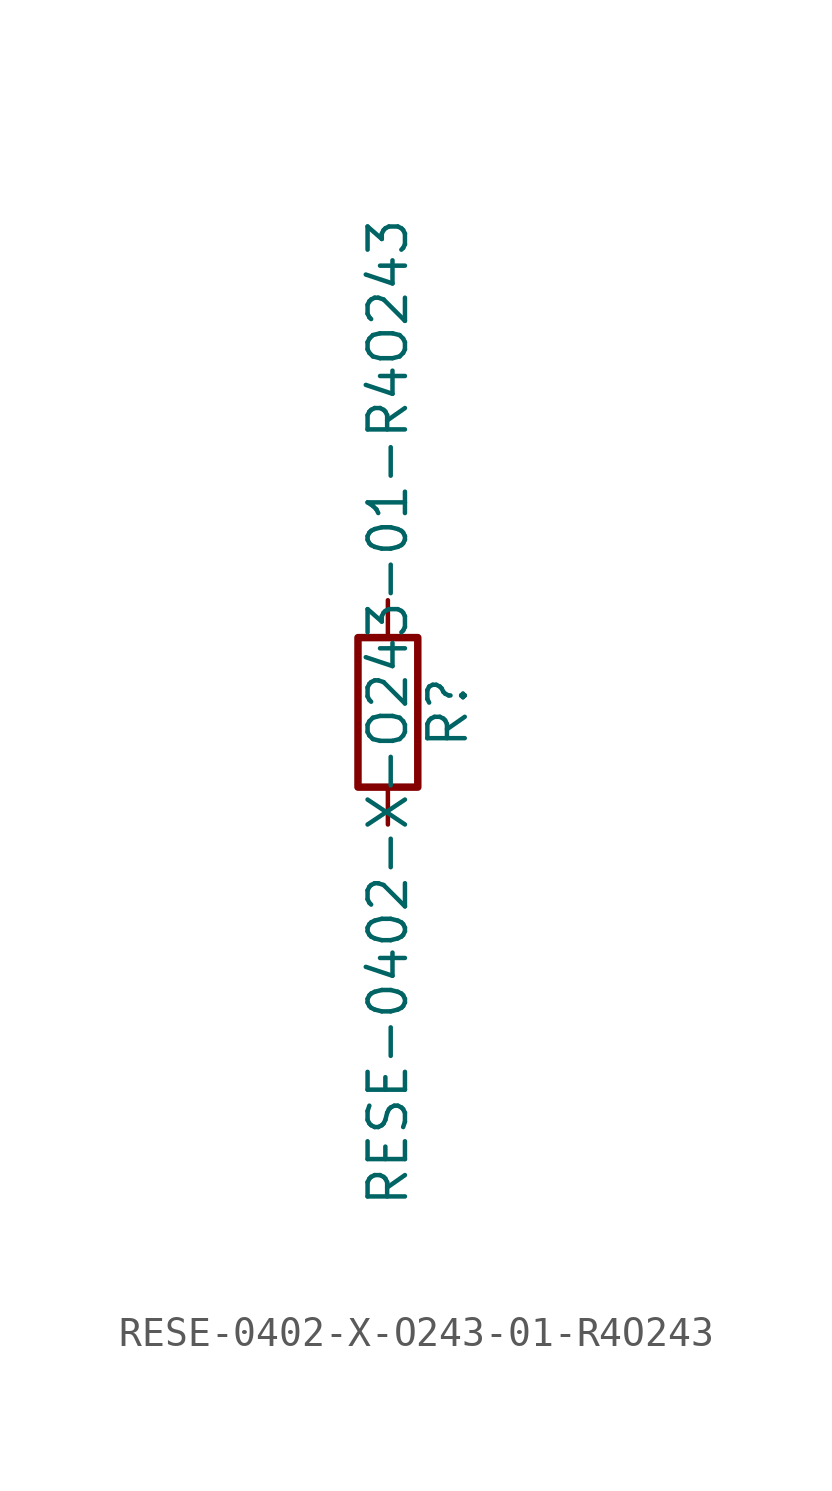
<source format=kicad_sym>
(kicad_symbol_lib
  (version 20211014)
  (generator kicad_symbol_editor)
  (symbol "RESE-0402-X-O243-01-R4O243"
    (pin_numbers hide)
    (pin_names
      (offset 0))
    (property "Reference" "R"
      (at 2.032 0 90)
      (effects (font (size 1.27 1.27))))
    (property "Value" "RESE-0402-X-O243-01-R4O243"
      (at 0 0 90)
      (effects (font (size 1.27 1.27))))
    (symbol "RESE-0402-X-O243-01-R4O243_0_1"
      (rectangle (start -1.016 -2.54) (end 1.016 2.54) (stroke (width 0.254) (type default) (color 0 0 0 0)) (fill (type none))))
    (symbol "RESE-0402-X-O243-01-R4O243_1_1"
      (pin passive line (at 0 3.81 270) (length 1.27) (name "~" (effects (font (size 1.27 1.27)))) (number "1" (effects (font (size 1.27 1.27)))))
      (pin passive line (at 0 -3.81 90) (length 1.27) (name "~" (effects (font (size 1.27 1.27)))) (number "2" (effects (font (size 1.27 1.27))))))))
</source>
